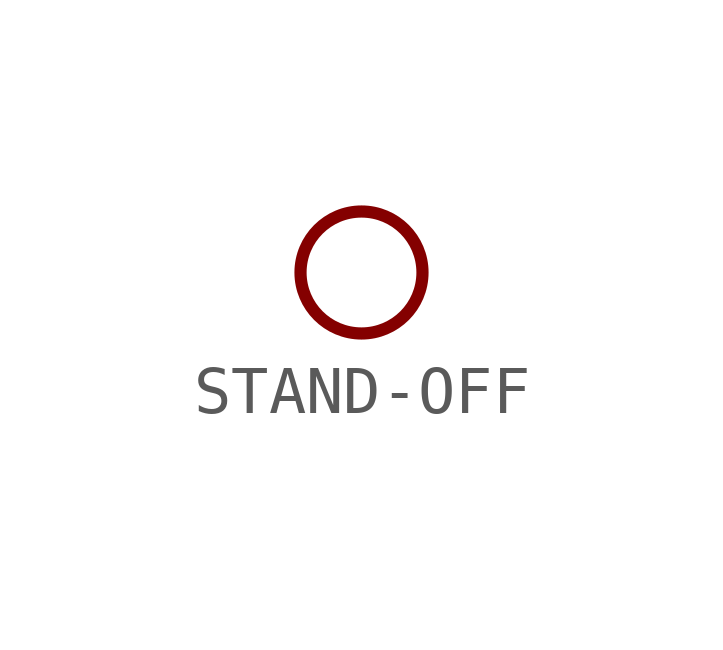
<source format=kicad_sym>
(kicad_symbol_lib
  (version 20211014)
  (generator kicad_symbol_editor)
  (symbol "STAND-OFF"
    (property "Reference" "H"
      (at 0 0 0)
      (effects (font (size 1.27 1.27)) hide))
    (property "ki_locked" ""
      (at 0 0 0)
      (effects (font (size 1.27 1.27))))
    (symbol "STAND-OFF_1_0"
      (circle (center 0 0) (radius 1.27) (stroke (width 0.254) (type default) (color 0 0 0 0)) (fill (type none))))))
</source>
